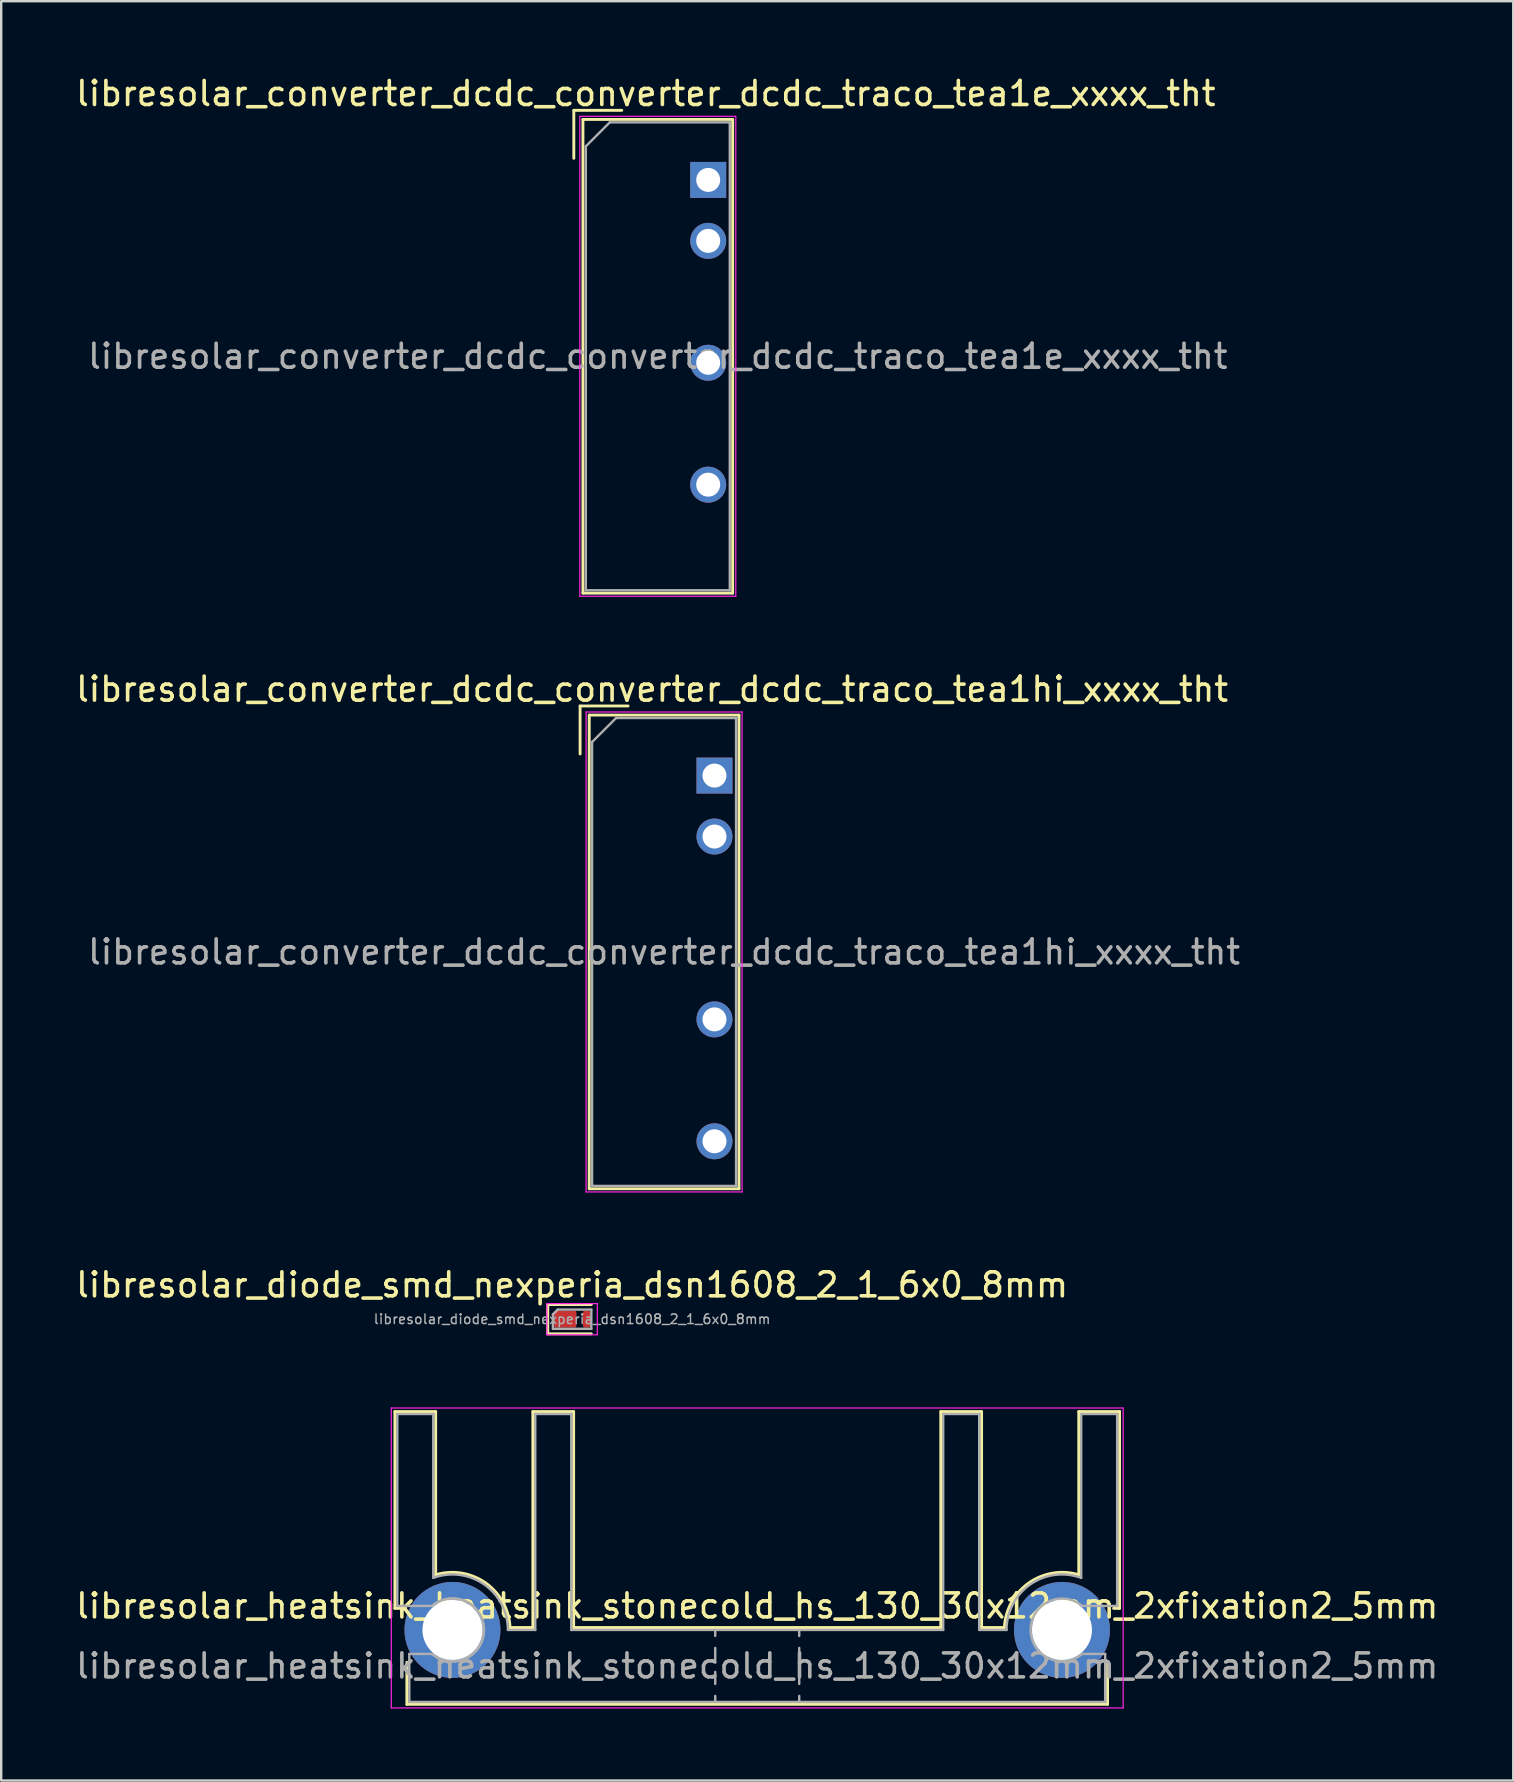
<source format=kicad_pcb>
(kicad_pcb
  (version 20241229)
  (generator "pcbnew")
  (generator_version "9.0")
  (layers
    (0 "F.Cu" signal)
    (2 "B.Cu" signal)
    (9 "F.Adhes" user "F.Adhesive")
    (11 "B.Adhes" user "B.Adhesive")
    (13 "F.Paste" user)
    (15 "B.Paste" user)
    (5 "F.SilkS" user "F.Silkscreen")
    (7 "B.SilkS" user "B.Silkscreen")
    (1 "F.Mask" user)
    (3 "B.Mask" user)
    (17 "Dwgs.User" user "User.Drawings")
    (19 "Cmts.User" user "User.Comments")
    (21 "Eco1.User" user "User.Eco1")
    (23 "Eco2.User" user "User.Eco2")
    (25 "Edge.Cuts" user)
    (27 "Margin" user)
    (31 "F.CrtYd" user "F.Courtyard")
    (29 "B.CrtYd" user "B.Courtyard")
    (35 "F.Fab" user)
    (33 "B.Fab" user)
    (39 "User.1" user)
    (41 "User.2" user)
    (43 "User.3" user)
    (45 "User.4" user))
  (footprint "libresolar_diode_smd_nexperia_dsn1608_2_1_6x0_8mm"
    (layer "F.Cu")
    (at 20.792 51.925)
    (property "Reference" "libresolar_diode_smd_nexperia_dsn1608_2_1_6x0_8mm" (at 0 -1.43 0) (layer "F.SilkS") (effects (font (size 1 1) (thickness 0.15))))
    (attr smd)
    (fp_line (start -1.015 -0.61) (end -1.015 0.61) (stroke (width 0.12) (type solid)) (layer "F.SilkS"))
    (fp_line (start -1.015 0.61) (end 0.8 0.61) (stroke (width 0.12) (type solid)) (layer "F.SilkS"))
    (fp_line (start 0.8 -0.61) (end -1.015 -0.61) (stroke (width 0.12) (type solid)) (layer "F.SilkS"))
    (fp_line (start -1.05 -0.65) (end 1.05 -0.65) (stroke (width 0.05) (type solid)) (layer "F.CrtYd"))
    (fp_line (start -1.05 0.65) (end -1.05 -0.65) (stroke (width 0.05) (type solid)) (layer "F.CrtYd"))
    (fp_line (start 1.05 0.65) (end -1.05 0.65) (stroke (width 0.05) (type solid)) (layer "F.CrtYd"))
    (fp_line (start 1.05 0.65) (end 1.05 -0.65) (stroke (width 0.05) (type solid)) (layer "F.CrtYd"))
    (fp_line (start -0.8 -0.2) (end -0.8 0.4) (stroke (width 0.1) (type solid)) (layer "F.Fab"))
    (fp_line (start -0.8 0.4) (end 0.8 0.4) (stroke (width 0.1) (type solid)) (layer "F.Fab"))
    (fp_line (start -0.6 -0.4) (end -0.8 -0.2) (stroke (width 0.1) (type solid)) (layer "F.Fab"))
    (fp_line (start 0.8 -0.4) (end -0.6 -0.4) (stroke (width 0.1) (type solid)) (layer "F.Fab"))
    (fp_line (start 0.8 0.4) (end 0.8 -0.4) (stroke (width 0.1) (type solid)) (layer "F.Fab"))
    (fp_text user "${REFERENCE}" (at 0 0 0) (layer "F.Fab") (effects (font (size 0.4 0.4) (thickness 0.06))))
    (pad "1" smd roundrect (at -0.285 0) (size 0.93 0.7) (layers "F.Cu" "F.Mask" "F.Paste") (roundrect_rratio 0.107))
    (pad "2" smd roundrect (at 0.6 0) (size 0.3 0.7) (layers "F.Cu" "F.Mask" "F.Paste") (roundrect_rratio 0.25)))
  (footprint "libresolar_converter_dcdc_converter_dcdc_traco_tea1hi_xxxx_tht"
    (layer "F.Cu")
    (at 26.725 29.271)
    (property "Reference" "libresolar_converter_dcdc_converter_dcdc_traco_tea1hi_xxxx_tht" (at -2.6 -3.6 0) (layer "F.SilkS") (effects (font (size 1 1) (thickness 0.15))))
    (attr through_hole)
    (fp_line (start -5.6 -2.9) (end -3.6 -2.9) (stroke (width 0.12) (type solid)) (layer "F.SilkS"))
    (fp_line (start -5.6 -0.9) (end -5.6 -2.9) (stroke (width 0.12) (type solid)) (layer "F.SilkS"))
    (fp_line (start -5.22 -2.52) (end -5.22 17.22) (stroke (width 0.12) (type solid)) (layer "F.SilkS"))
    (fp_line (start -5.22 -2.52) (end 1.02 -2.52) (stroke (width 0.12) (type solid)) (layer "F.SilkS"))
    (fp_line (start -5.22 17.22) (end 1.02 17.22) (stroke (width 0.12) (type solid)) (layer "F.SilkS"))
    (fp_line (start 1.02 -2.52) (end 1.02 17.22) (stroke (width 0.12) (type solid)) (layer "F.SilkS"))
    (fp_line (start -5.35 -2.65) (end -5.35 17.35) (stroke (width 0.05) (type solid)) (layer "F.CrtYd"))
    (fp_line (start -5.35 -2.65) (end 1.15 -2.65) (stroke (width 0.05) (type solid)) (layer "F.CrtYd"))
    (fp_line (start -5.35 17.35) (end 1.15 17.35) (stroke (width 0.05) (type solid)) (layer "F.CrtYd"))
    (fp_line (start 1.15 -2.65) (end 1.15 17.35) (stroke (width 0.05) (type solid)) (layer "F.CrtYd"))
    (fp_line (start -5.1 -1.4) (end -4.1 -2.4) (stroke (width 0.1) (type solid)) (layer "F.Fab"))
    (fp_line (start -5.1 17.1) (end -5.1 -1.4) (stroke (width 0.1) (type solid)) (layer "F.Fab"))
    (fp_line (start -4.1 -2.4) (end 0.9 -2.4) (stroke (width 0.1) (type solid)) (layer "F.Fab"))
    (fp_line (start 0.9 -2.4) (end 0.9 17.1) (stroke (width 0.1) (type solid)) (layer "F.Fab"))
    (fp_line (start 0.9 17.1) (end -5.1 17.1) (stroke (width 0.1) (type solid)) (layer "F.Fab"))
    (fp_text user "${REFERENCE}" (at -2.1 7.35 0) (layer "F.Fab") (effects (font (size 1 1) (thickness 0.15))))
    (pad "1" thru_hole rect (at 0 0) (size 1.5 1.5) (drill 1) (layers "*.Cu" "*.Mask"))
    (pad "2" thru_hole circle (at 0 2.54) (size 1.5 1.5) (drill 1) (layers "*.Cu" "*.Mask"))
    (pad "5" thru_hole circle (at 0 10.16) (size 1.5 1.5) (drill 1) (layers "*.Cu" "*.Mask"))
    (pad "7" thru_hole circle (at 0 15.24) (size 1.5 1.5) (drill 1) (layers "*.Cu" "*.Mask")))
  (footprint "libresolar_heatsink_heatsink_stonecold_hs_130_30x12mm_2xfixation2_5mm"
    (layer "F.Cu")
    (at 28.506 64.875)
    (property "Reference" "libresolar_heatsink_heatsink_stonecold_hs_130_30x12mm_2xfixation2_5mm" (at 0 -1 0) (layer "F.SilkS") (effects (font (size 1 1) (thickness 0.15))))
    (attr through_hole)
    (fp_line (start -15.1 -9.1) (end -13.4 -9.1) (stroke (width 0.12) (type solid)) (layer "F.SilkS"))
    (fp_line (start -15.1 -0.9) (end -15.1 -9.1) (stroke (width 0.12) (type solid)) (layer "F.SilkS"))
    (fp_line (start -15.1 -0.9) (end -14.85 -0.9) (stroke (width 0.12) (type solid)) (layer "F.SilkS"))
    (fp_line (start -14.6 3.1) (end -14.6 1.35) (stroke (width 0.12) (type solid)) (layer "F.SilkS"))
    (fp_line (start -14.6 3.1) (end 14.6 3.1) (stroke (width 0.12) (type solid)) (layer "F.SilkS"))
    (fp_line (start -13.4 -2.3) (end -13.4 -9.1) (stroke (width 0.12) (type solid)) (layer "F.SilkS"))
    (fp_line (start -10.3 -0.1) (end -9.35 -0.1) (stroke (width 0.12) (type solid)) (layer "F.SilkS"))
    (fp_line (start -9.35 -9.1) (end -7.65 -9.1) (stroke (width 0.12) (type solid)) (layer "F.SilkS"))
    (fp_line (start -9.35 -0.1) (end -9.35 -9.1) (stroke (width 0.12) (type solid)) (layer "F.SilkS"))
    (fp_line (start -7.65 -0.1) (end -7.65 -9.1) (stroke (width 0.12) (type solid)) (layer "F.SilkS"))
    (fp_line (start 7.65 -0.1) (end -7.65 -0.1) (stroke (width 0.12) (type solid)) (layer "F.SilkS"))
    (fp_line (start 7.65 -0.1) (end 7.65 -9.1) (stroke (width 0.12) (type solid)) (layer "F.SilkS"))
    (fp_line (start 9.35 -9.1) (end 7.65 -9.1) (stroke (width 0.12) (type solid)) (layer "F.SilkS"))
    (fp_line (start 9.35 -0.1) (end 9.35 -9.1) (stroke (width 0.12) (type solid)) (layer "F.SilkS"))
    (fp_line (start 9.35 -0.1) (end 10.3 -0.1) (stroke (width 0.12) (type solid)) (layer "F.SilkS"))
    (fp_line (start 13.4 -2.3) (end 13.4 -9.1) (stroke (width 0.12) (type solid)) (layer "F.SilkS"))
    (fp_line (start 14.6 3.1) (end 14.6 1.35) (stroke (width 0.12) (type solid)) (layer "F.SilkS"))
    (fp_line (start 15.1 -9.1) (end 13.4 -9.1) (stroke (width 0.12) (type solid)) (layer "F.SilkS"))
    (fp_line (start 15.1 -0.9) (end 14.85 -0.9) (stroke (width 0.12) (type solid)) (layer "F.SilkS"))
    (fp_line (start 15.1 -0.9) (end 15.1 -9.1) (stroke (width 0.12) (type solid)) (layer "F.SilkS"))
    (fp_arc (start -13.4 -2.3) (mid -11.314041 -1.955216) (end -10.3 -0.1) (stroke (width 0.12) (type solid)) (layer "F.SilkS"))
    (fp_arc (start 10.3 -0.1) (mid 11.31404 -1.955216) (end 13.4 -2.3) (stroke (width 0.12) (type solid)) (layer "F.SilkS"))
    (fp_line (start -15.25 -9.25) (end 15.25 -9.25) (stroke (width 0.05) (type solid)) (layer "F.CrtYd"))
    (fp_line (start -15.25 3.25) (end -15.25 -9.25) (stroke (width 0.05) (type solid)) (layer "F.CrtYd"))
    (fp_line (start -15.25 3.25) (end 15.25 3.25) (stroke (width 0.05) (type solid)) (layer "F.CrtYd"))
    (fp_line (start 15.25 3.25) (end 15.25 -9.25) (stroke (width 0.05) (type solid)) (layer "F.CrtYd"))
    (fp_line (start -15 -9) (end -13.5 -9) (stroke (width 0.1) (type solid)) (layer "F.Fab"))
    (fp_line (start -15 -1) (end -15 -9) (stroke (width 0.1) (type solid)) (layer "F.Fab"))
    (fp_line (start -15 -1) (end -13.54 -1) (stroke (width 0.1) (type solid)) (layer "F.Fab"))
    (fp_line (start -14.5 1) (end -13.54 1) (stroke (width 0.1) (type solid)) (layer "F.Fab"))
    (fp_line (start -14.5 3) (end -14.5 1) (stroke (width 0.1) (type solid)) (layer "F.Fab"))
    (fp_line (start -13.5 -2.17) (end -13.5 -9) (stroke (width 0.1) (type solid)) (layer "F.Fab"))
    (fp_line (start -10.39 0) (end -9.25 0) (stroke (width 0.1) (type solid)) (layer "F.Fab"))
    (fp_line (start -9.25 -9) (end -7.75 -9) (stroke (width 0.1) (type solid)) (layer "F.Fab"))
    (fp_line (start -9.25 0) (end -9.25 -9) (stroke (width 0.1) (type solid)) (layer "F.Fab"))
    (fp_line (start -7.75 0) (end -7.75 -9) (stroke (width 0.1) (type solid)) (layer "F.Fab"))
    (fp_line (start -1.75 0) (end -1.75 0.25) (stroke (width 0.1) (type solid)) (layer "F.Fab"))
    (fp_line (start -1.75 0.75) (end -1.75 1.25) (stroke (width 0.1) (type solid)) (layer "F.Fab"))
    (fp_line (start -1.75 1.75) (end -1.75 2.25) (stroke (width 0.1) (type solid)) (layer "F.Fab"))
    (fp_line (start -1.75 2.75) (end -1.75 3) (stroke (width 0.1) (type solid)) (layer "F.Fab"))
    (fp_line (start 0 0) (end -7.75 0) (stroke (width 0.1) (type solid)) (layer "F.Fab"))
    (fp_line (start 0 0) (end 7.75 0) (stroke (width 0.1) (type solid)) (layer "F.Fab"))
    (fp_line (start 0 3) (end -14.5 3) (stroke (width 0.1) (type solid)) (layer "F.Fab"))
    (fp_line (start 0 3) (end 14.5 3) (stroke (width 0.1) (type solid)) (layer "F.Fab"))
    (fp_line (start 1.75 0) (end 1.75 0.25) (stroke (width 0.1) (type solid)) (layer "F.Fab"))
    (fp_line (start 1.75 0.75) (end 1.75 1.25) (stroke (width 0.1) (type solid)) (layer "F.Fab"))
    (fp_line (start 1.75 1.75) (end 1.75 2.25) (stroke (width 0.1) (type solid)) (layer "F.Fab"))
    (fp_line (start 1.75 2.75) (end 1.75 3) (stroke (width 0.1) (type solid)) (layer "F.Fab"))
    (fp_line (start 7.75 0) (end 7.75 -9) (stroke (width 0.1) (type solid)) (layer "F.Fab"))
    (fp_line (start 9.25 -9) (end 7.75 -9) (stroke (width 0.1) (type solid)) (layer "F.Fab"))
    (fp_line (start 9.25 0) (end 9.25 -9) (stroke (width 0.1) (type solid)) (layer "F.Fab"))
    (fp_line (start 9.25 0) (end 10.39 0) (stroke (width 0.1) (type solid)) (layer "F.Fab"))
    (fp_line (start 13.5 -2.17) (end 13.5 -9) (stroke (width 0.1) (type solid)) (layer "F.Fab"))
    (fp_line (start 14.5 1) (end 13.54 1) (stroke (width 0.1) (type solid)) (layer "F.Fab"))
    (fp_line (start 14.5 3) (end 14.5 1) (stroke (width 0.1) (type solid)) (layer "F.Fab"))
    (fp_line (start 15 -9) (end 13.5 -9) (stroke (width 0.1) (type solid)) (layer "F.Fab"))
    (fp_line (start 15 -1) (end 13.54 -1) (stroke (width 0.1) (type solid)) (layer "F.Fab"))
    (fp_line (start 15 -1) (end 15 -9) (stroke (width 0.1) (type solid)) (layer "F.Fab"))
    (fp_arc (start -13.54 -1.01) (mid -11.386341 0.000006) (end -13.54001 1.009992) (stroke (width 0.1) (type solid)) (layer "F.Fab"))
    (fp_arc (start -13.530177 -1.00817) (mid -11.394029 0.006388) (end -13.54 1) (stroke (width 0.1) (type solid)) (layer "F.Fab"))
    (fp_arc (start -13.5 -2.17) (mid -11.378593 -1.896763) (end -10.39 0) (stroke (width 0.1) (type solid)) (layer "F.Fab"))
    (fp_arc (start 10.39 0) (mid 11.378593 -1.896763) (end 13.5 -2.17) (stroke (width 0.1) (type solid)) (layer "F.Fab"))
    (fp_arc (start 13.54 1) (mid 11.394029 0.006388) (end 13.530177 -1.00817) (stroke (width 0.1) (type solid)) (layer "F.Fab"))
    (fp_text user "${REFERENCE}" (at 0 1.5 0) (layer "F.Fab") (effects (font (size 1 1) (thickness 0.15))))
    (pad "1" thru_hole circle (at -12.7 0 180) (size 4 4) (drill 2.5) (layers "*.Cu" "*.Mask"))
    (pad "1" thru_hole circle (at 12.7 0) (size 4 4) (drill 2.5) (layers "*.Cu" "*.Mask")))
  (footprint "libresolar_converter_dcdc_converter_dcdc_traco_tea1e_xxxx_tht"
    (layer "F.Cu")
    (at 26.463 4.448)
    (property "Reference" "libresolar_converter_dcdc_converter_dcdc_traco_tea1e_xxxx_tht" (at -2.6 -3.6 0) (layer "F.SilkS") (effects (font (size 1 1) (thickness 0.15))))
    (attr through_hole)
    (fp_line (start -5.6 -2.9) (end -3.6 -2.9) (stroke (width 0.12) (type solid)) (layer "F.SilkS"))
    (fp_line (start -5.6 -0.9) (end -5.6 -2.9) (stroke (width 0.12) (type solid)) (layer "F.SilkS"))
    (fp_line (start -5.22 -2.52) (end -5.22 17.22) (stroke (width 0.12) (type solid)) (layer "F.SilkS"))
    (fp_line (start -5.22 -2.52) (end 1.02 -2.52) (stroke (width 0.12) (type solid)) (layer "F.SilkS"))
    (fp_line (start -5.22 17.22) (end 1.02 17.22) (stroke (width 0.12) (type solid)) (layer "F.SilkS"))
    (fp_line (start 1.02 -2.52) (end 1.02 17.22) (stroke (width 0.12) (type solid)) (layer "F.SilkS"))
    (fp_line (start -5.35 -2.65) (end -5.35 17.35) (stroke (width 0.05) (type solid)) (layer "F.CrtYd"))
    (fp_line (start -5.35 -2.65) (end 1.15 -2.65) (stroke (width 0.05) (type solid)) (layer "F.CrtYd"))
    (fp_line (start -5.35 17.35) (end 1.15 17.35) (stroke (width 0.05) (type solid)) (layer "F.CrtYd"))
    (fp_line (start 1.15 -2.65) (end 1.15 17.35) (stroke (width 0.05) (type solid)) (layer "F.CrtYd"))
    (fp_line (start -5.1 -1.4) (end -4.1 -2.4) (stroke (width 0.1) (type solid)) (layer "F.Fab"))
    (fp_line (start -5.1 17.1) (end -5.1 -1.4) (stroke (width 0.1) (type solid)) (layer "F.Fab"))
    (fp_line (start -4.1 -2.4) (end 0.9 -2.4) (stroke (width 0.1) (type solid)) (layer "F.Fab"))
    (fp_line (start 0.9 -2.4) (end 0.9 17.1) (stroke (width 0.1) (type solid)) (layer "F.Fab"))
    (fp_line (start 0.9 17.1) (end -5.1 17.1) (stroke (width 0.1) (type solid)) (layer "F.Fab"))
    (fp_text user "${REFERENCE}" (at -2.1 7.35 0) (layer "F.Fab") (effects (font (size 1 1) (thickness 0.15))))
    (pad "1" thru_hole rect (at 0 0) (size 1.5 1.5) (drill 1) (layers "*.Cu" "*.Mask"))
    (pad "2" thru_hole circle (at 0 2.54) (size 1.5 1.5) (drill 1) (layers "*.Cu" "*.Mask"))
    (pad "4" thru_hole circle (at 0 7.62) (size 1.5 1.5) (drill 1) (layers "*.Cu" "*.Mask"))
    (pad "6" thru_hole circle (at 0 12.7) (size 1.5 1.5) (drill 1) (layers "*.Cu" "*.Mask")))
  (gr_rect
    (start -3 -3)
    (end 60.012 71.15)
    (stroke (width 0.1) (type default))
    (fill no)
    (layer "Edge.Cuts")))
</source>
